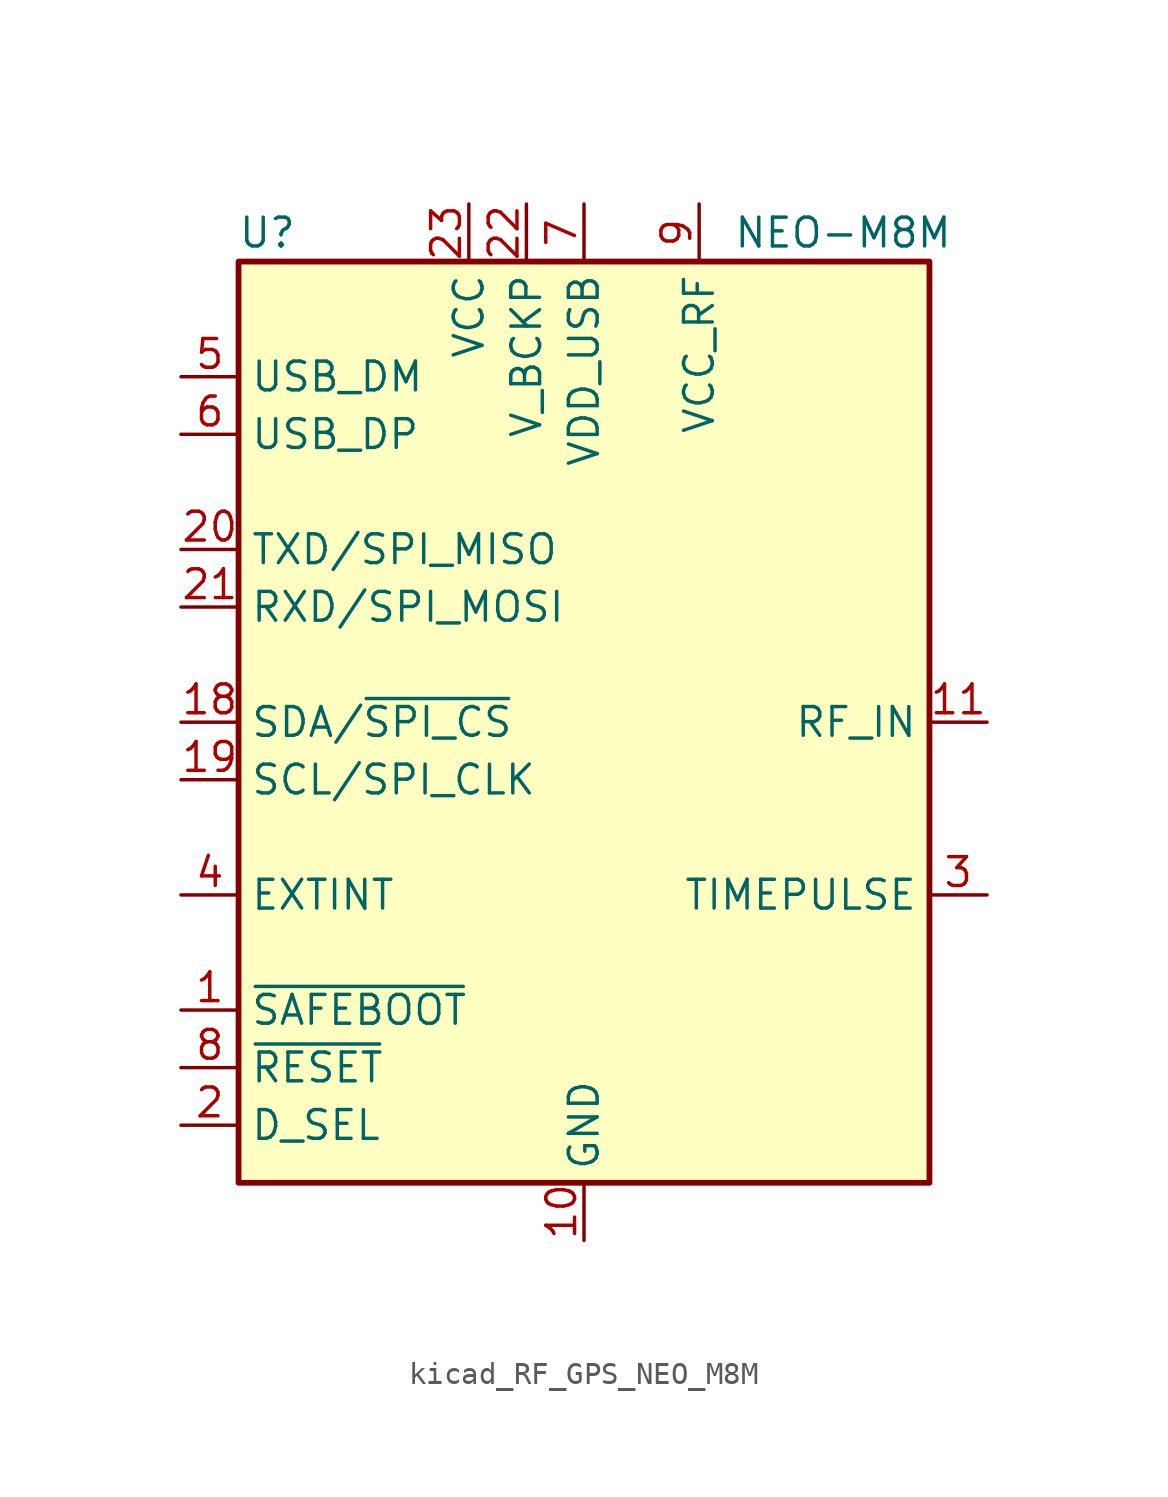
<source format=kicad_sym>
(kicad_symbol_lib
  (version 20220914)
  (generator kicad_symbol_editor)
  (symbol "kicad_RF_GPS_NEO_M8M"
    (property "Reference" "U"
      (at -13.97 21.59 0)
      (effects (font (size 1.27 1.27))))
    (property "Value" "NEO-M8M"
      (at 11.43 21.59 0)
      (effects (font (size 1.27 1.27))))
    (symbol "kicad_RF_GPS_NEO_M8M_0_1"
      (rectangle (start -15.24 20.32) (end 15.24 -20.32) (stroke (width 0.254) (type default)) (fill (type background))))
    (symbol "kicad_RF_GPS_NEO_M8M_1_1"
      (pin input line (at -17.78 -12.7 0) (length 2.54) (name "~{SAFEBOOT}" (effects (font (size 1.27 1.27)))) (number "1" (effects (font (size 1.27 1.27)))))
      (pin power_in line (at 0 -22.86 90) (length 2.54) (name "GND" (effects (font (size 1.27 1.27)))) (number "10" (effects (font (size 1.27 1.27)))))
      (pin input line (at 17.78 0 180) (length 2.54) (name "RF_IN" (effects (font (size 1.27 1.27)))) (number "11" (effects (font (size 1.27 1.27)))))
      (pin passive line (at 0 -22.86 90) (length 2.54) hide (name "GND" (effects (font (size 1.27 1.27)))) (number "12" (effects (font (size 1.27 1.27)))))
      (pin passive line (at 0 -22.86 90) (length 2.54) hide (name "GND" (effects (font (size 1.27 1.27)))) (number "13" (effects (font (size 1.27 1.27)))))
      (pin no_connect line (at 15.24 -10.16 180) (length 2.54) hide (name "RESERVED" (effects (font (size 1.27 1.27)))) (number "14" (effects (font (size 1.27 1.27)))))
      (pin no_connect line (at 15.24 -12.7 180) (length 2.54) hide (name "RESERVED" (effects (font (size 1.27 1.27)))) (number "15" (effects (font (size 1.27 1.27)))))
      (pin no_connect line (at 15.24 -15.24 180) (length 2.54) hide (name "RESERVED" (effects (font (size 1.27 1.27)))) (number "16" (effects (font (size 1.27 1.27)))))
      (pin no_connect line (at 15.24 -17.78 180) (length 2.54) hide (name "RESERVED" (effects (font (size 1.27 1.27)))) (number "17" (effects (font (size 1.27 1.27)))))
      (pin bidirectional line (at -17.78 0 0) (length 2.54) (name "SDA/~{SPI_CS}" (effects (font (size 1.27 1.27)))) (number "18" (effects (font (size 1.27 1.27)))))
      (pin input line (at -17.78 -2.54 0) (length 2.54) (name "SCL/SPI_CLK" (effects (font (size 1.27 1.27)))) (number "19" (effects (font (size 1.27 1.27)))))
      (pin input line (at -17.78 -17.78 0) (length 2.54) (name "D_SEL" (effects (font (size 1.27 1.27)))) (number "2" (effects (font (size 1.27 1.27)))))
      (pin output line (at -17.78 7.62 0) (length 2.54) (name "TXD/SPI_MISO" (effects (font (size 1.27 1.27)))) (number "20" (effects (font (size 1.27 1.27)))))
      (pin input line (at -17.78 5.08 0) (length 2.54) (name "RXD/SPI_MOSI" (effects (font (size 1.27 1.27)))) (number "21" (effects (font (size 1.27 1.27)))))
      (pin power_in line (at -2.54 22.86 270) (length 2.54) (name "V_BCKP" (effects (font (size 1.27 1.27)))) (number "22" (effects (font (size 1.27 1.27)))))
      (pin power_in line (at -5.08 22.86 270) (length 2.54) (name "VCC" (effects (font (size 1.27 1.27)))) (number "23" (effects (font (size 1.27 1.27)))))
      (pin passive line (at 0 -22.86 90) (length 2.54) hide (name "GND" (effects (font (size 1.27 1.27)))) (number "24" (effects (font (size 1.27 1.27)))))
      (pin output line (at 17.78 -7.62 180) (length 2.54) (name "TIMEPULSE" (effects (font (size 1.27 1.27)))) (number "3" (effects (font (size 1.27 1.27)))))
      (pin input line (at -17.78 -7.62 0) (length 2.54) (name "EXTINT" (effects (font (size 1.27 1.27)))) (number "4" (effects (font (size 1.27 1.27)))))
      (pin bidirectional line (at -17.78 15.24 0) (length 2.54) (name "USB_DM" (effects (font (size 1.27 1.27)))) (number "5" (effects (font (size 1.27 1.27)))))
      (pin bidirectional line (at -17.78 12.7 0) (length 2.54) (name "USB_DP" (effects (font (size 1.27 1.27)))) (number "6" (effects (font (size 1.27 1.27)))))
      (pin power_in line (at 0 22.86 270) (length 2.54) (name "VDD_USB" (effects (font (size 1.27 1.27)))) (number "7" (effects (font (size 1.27 1.27)))))
      (pin input line (at -17.78 -15.24 0) (length 2.54) (name "~{RESET}" (effects (font (size 1.27 1.27)))) (number "8" (effects (font (size 1.27 1.27)))))
      (pin power_out line (at 5.08 22.86 270) (length 2.54) (name "VCC_RF" (effects (font (size 1.27 1.27)))) (number "9" (effects (font (size 1.27 1.27))))))))
</source>
